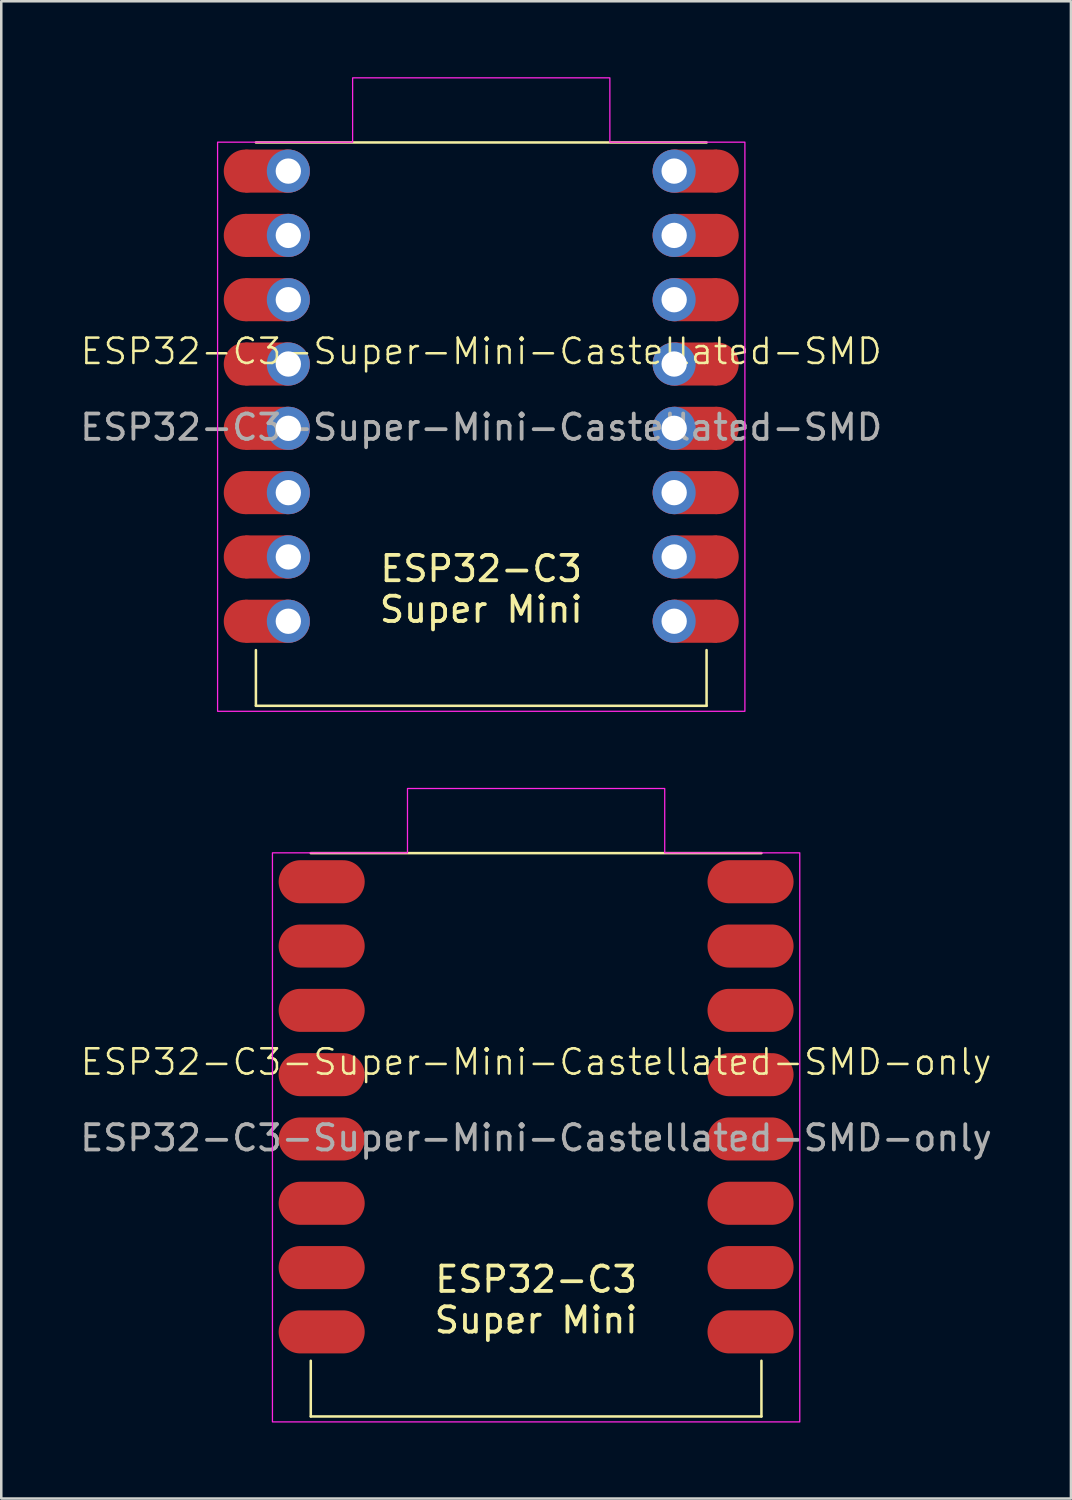
<source format=kicad_pcb>
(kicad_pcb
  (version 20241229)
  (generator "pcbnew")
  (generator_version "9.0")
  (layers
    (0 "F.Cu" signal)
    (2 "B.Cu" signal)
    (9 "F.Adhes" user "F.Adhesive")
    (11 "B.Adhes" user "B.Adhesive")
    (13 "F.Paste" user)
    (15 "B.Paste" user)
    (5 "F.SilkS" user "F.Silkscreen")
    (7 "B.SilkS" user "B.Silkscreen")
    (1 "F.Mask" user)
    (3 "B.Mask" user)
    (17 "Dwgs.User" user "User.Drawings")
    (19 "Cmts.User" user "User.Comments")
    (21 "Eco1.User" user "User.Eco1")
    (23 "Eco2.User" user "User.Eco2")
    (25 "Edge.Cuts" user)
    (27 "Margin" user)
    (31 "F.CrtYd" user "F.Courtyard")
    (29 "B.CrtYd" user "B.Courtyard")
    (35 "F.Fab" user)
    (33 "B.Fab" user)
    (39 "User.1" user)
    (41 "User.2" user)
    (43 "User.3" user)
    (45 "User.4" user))
  (footprint "ESP32-C3-Super-Mini-Castellated-SMD-only"
    (layer "F.Cu")
    (at 18.125 39.397)
    (property "Reference" "ESP32-C3-Super-Mini-Castellated-SMD-only" (at 0 -0.5 0) (unlocked yes) (layer "F.SilkS") (effects (font (size 1 1) (thickness 0.1))))
    (attr smd)
    (fp_line (start -8.9 -8.75) (end 8.9 -8.75) (stroke (width 0.1) (type default)) (layer "F.SilkS"))
    (fp_line (start -8.9 13.5) (end -8.9 11.3) (stroke (width 0.1) (type default)) (layer "F.SilkS"))
    (fp_line (start -8.9 13.5) (end 8.9 13.5) (stroke (width 0.1) (type default)) (layer "F.SilkS"))
    (fp_line (start 8.9 13.5) (end 8.9 11.3) (stroke (width 0.1) (type default)) (layer "F.SilkS"))
    (fp_poly (pts (xy -10.414 -8.763) (xy -5.08 -8.763) (xy -5.08 -11.303) (xy 5.08 -11.303) (xy 5.08 -8.763) (xy 10.414 -8.763) (xy 10.414 13.716) (xy -10.414 13.716)) (stroke (width 0.05) (type solid)) (fill no) (layer "F.CrtYd"))
    (fp_text user "${REFERENCE}" (at 0 2.5 0) (unlocked yes) (layer "F.Fab") (effects (font (size 1 1) (thickness 0.15))))
    (fp_text_box "ESP32-C3\nSuper Mini" (start -4.875 6.75) (end 4.875 9.75) (margins 0.75 0.75 0.75 0.75) (layer "F.SilkS") (effects (font (size 1 1) (thickness 0.15)) (justify top)) (border no) (stroke (width 0) (type solid)))
    (pad "0" smd oval (at 7.62 10.16 180) (size 3.4 1.7) (drill (offset -0.85 0)) (layers "F.Cu" "F.Mask"))
    (pad "1" smd oval (at 7.62 7.62 180) (size 3.4 1.7) (drill (offset -0.85 0)) (layers "F.Cu" "F.Mask"))
    (pad "2" smd oval (at 7.62 5.08 180) (size 3.4 1.7) (drill (offset -0.85 0)) (layers "F.Cu" "F.Mask"))
    (pad "3" smd oval (at 7.62 2.54 180) (size 3.4 1.7) (drill (offset -0.85 0)) (layers "F.Cu" "F.Mask"))
    (pad "3V3" smd oval (at 7.62 -2.54 180) (size 3.4 1.7) (drill (offset -0.85 0)) (layers "F.Cu" "F.Mask"))
    (pad "4" smd oval (at 7.62 0 180) (size 3.4 1.7) (drill (offset -0.85 0)) (layers "F.Cu" "F.Mask"))
    (pad "5" smd oval (at -7.62 -7.62 180) (size 3.4 1.7) (drill (offset 0.85 0)) (layers "F.Cu" "F.Mask"))
    (pad "5V" smd oval (at 7.62 -7.62 180) (size 3.4 1.7) (drill (offset -0.85 0)) (layers "F.Cu" "F.Mask"))
    (pad "6" smd oval (at -7.62 -5.08 180) (size 3.4 1.7) (drill (offset 0.85 0)) (layers "F.Cu" "F.Mask"))
    (pad "7" smd oval (at -7.62 -2.54 180) (size 3.4 1.7) (drill (offset 0.85 0)) (layers "F.Cu" "F.Mask"))
    (pad "8" smd oval (at -7.62 0 180) (size 3.4 1.7) (drill (offset 0.85 0)) (layers "F.Cu" "F.Mask"))
    (pad "9" smd oval (at -7.62 2.54 180) (size 3.4 1.7) (drill (offset 0.85 0)) (layers "F.Cu" "F.Mask"))
    (pad "10" smd oval (at -7.62 5.08 180) (size 3.4 1.7) (drill (offset 0.85 0)) (layers "F.Cu" "F.Mask"))
    (pad "20" smd oval (at -7.62 7.62 180) (size 3.4 1.7) (drill (offset 0.85 0)) (layers "F.Cu" "F.Mask"))
    (pad "21" smd oval (at -7.62 10.16 180) (size 3.4 1.7) (drill (offset 0.85 0)) (layers "F.Cu" "F.Mask"))
    (pad "G" smd oval (at 7.62 -5.08 180) (size 3.4 1.7) (drill (offset -0.85 0)) (layers "F.Cu" "F.Mask"))
    (zone (net_name "") (layers "F.Cu" "F.SilkS" "F.CrtYd") (hatch full 0.5) (connect_pads) (min_thickness 0.25) (filled_areas_thickness no) (keepout (tracks allowed) (vias not_allowed) (pads not_allowed) (copperpour allowed) (footprints not_allowed)) (placement (enabled no)) (fill) (polygon (pts (xy 11.875 30.647) (xy 14.375 30.647) (xy 14.375 33.147) (xy 11.875 33.147))))
    (zone (net_name "") (layers "F.Cu" "F.SilkS" "F.CrtYd") (hatch full 0.5) (connect_pads) (min_thickness 0.25) (filled_areas_thickness no) (keepout (tracks allowed) (vias not_allowed) (pads not_allowed) (copperpour allowed) (footprints not_allowed)) (placement (enabled no)) (fill) (polygon (pts (xy 14.375 36.897) (xy 11.875 36.897) (xy 11.875 34.147) (xy 14.375 34.147))))
    (zone (net_name "") (layers "F.Cu" "F.SilkS" "F.CrtYd") (hatch full 0.5) (connect_pads) (min_thickness 0.25) (filled_areas_thickness no) (keepout (tracks allowed) (vias not_allowed) (pads not_allowed) (copperpour allowed) (footprints not_allowed)) (placement (enabled no)) (fill) (polygon (pts (xy 21.875 30.647) (xy 24.375 30.647) (xy 24.375 33.147) (xy 21.875 33.147))))
    (zone (net_name "") (layers "F.Cu" "F.SilkS" "F.CrtYd") (hatch full 0.5) (connect_pads) (min_thickness 0.25) (filled_areas_thickness no) (keepout (tracks allowed) (vias not_allowed) (pads not_allowed) (copperpour allowed) (footprints not_allowed)) (placement (enabled no)) (fill) (polygon (pts (xy 24.375 36.897) (xy 21.875 36.897) (xy 21.875 34.147) (xy 24.375 34.147)))))
  (footprint "ESP32-C3-Super-Mini-Castellated-SMD"
    (layer "F.Cu")
    (at 15.958 11.328)
    (property "Reference" "ESP32-C3-Super-Mini-Castellated-SMD" (at 0 -0.5 0) (unlocked yes) (layer "F.SilkS") (effects (font (size 1 1) (thickness 0.1))))
    (attr smd)
    (fp_rect (start -9.32 -8.47) (end -7.62 -6.77) (stroke (width 0) (type default)) (fill yes) (layer "F.Cu"))
    (fp_rect (start -9.32 -5.93) (end -7.62 -4.23) (stroke (width 0) (type default)) (fill yes) (layer "F.Cu"))
    (fp_rect (start -9.32 -3.39) (end -7.62 -1.69) (stroke (width 0) (type default)) (fill yes) (layer "F.Cu"))
    (fp_rect (start -9.32 -0.85) (end -7.62 0.85) (stroke (width 0) (type default)) (fill yes) (layer "F.Cu"))
    (fp_rect (start -9.32 1.69) (end -7.62 3.39) (stroke (width 0) (type default)) (fill yes) (layer "F.Cu"))
    (fp_rect (start -9.32 4.23) (end -7.62 5.93) (stroke (width 0) (type default)) (fill yes) (layer "F.Cu"))
    (fp_rect (start -9.32 6.77) (end -7.62 8.47) (stroke (width 0) (type default)) (fill yes) (layer "F.Cu"))
    (fp_rect (start -9.32 9.31) (end -7.62 11.01) (stroke (width 0) (type default)) (fill yes) (layer "F.Cu"))
    (fp_rect (start 7.62 -8.47) (end 9.32 -6.77) (stroke (width 0) (type default)) (fill yes) (layer "F.Cu"))
    (fp_rect (start 7.62 -5.93) (end 9.32 -4.23) (stroke (width 0) (type default)) (fill yes) (layer "F.Cu"))
    (fp_rect (start 7.62 -3.39) (end 9.32 -1.69) (stroke (width 0) (type default)) (fill yes) (layer "F.Cu"))
    (fp_rect (start 7.62 -0.85) (end 9.32 0.85) (stroke (width 0) (type default)) (fill yes) (layer "F.Cu"))
    (fp_rect (start 7.62 1.69) (end 9.32 3.39) (stroke (width 0) (type default)) (fill yes) (layer "F.Cu"))
    (fp_rect (start 7.62 4.23) (end 9.32 5.93) (stroke (width 0) (type default)) (fill yes) (layer "F.Cu"))
    (fp_rect (start 7.62 6.77) (end 9.32 8.47) (stroke (width 0) (type default)) (fill yes) (layer "F.Cu"))
    (fp_rect (start 7.62 9.31) (end 9.32 11.01) (stroke (width 0) (type default)) (fill yes) (layer "F.Cu"))
    (fp_circle (center -9.32 -7.62) (end -8.47 -7.62) (stroke (width 0) (type default)) (fill yes) (layer "F.Cu"))
    (fp_circle (center -9.32 -5.08) (end -8.47 -5.08) (stroke (width 0) (type default)) (fill yes) (layer "F.Cu"))
    (fp_circle (center -9.32 -2.54) (end -8.47 -2.54) (stroke (width 0) (type default)) (fill yes) (layer "F.Cu"))
    (fp_circle (center -9.32 0) (end -8.47 0) (stroke (width 0) (type default)) (fill yes) (layer "F.Cu"))
    (fp_circle (center -9.32 2.54) (end -8.47 2.54) (stroke (width 0) (type default)) (fill yes) (layer "F.Cu"))
    (fp_circle (center -9.32 5.08) (end -8.47 5.08) (stroke (width 0) (type default)) (fill yes) (layer "F.Cu"))
    (fp_circle (center -9.32 7.62) (end -8.47 7.62) (stroke (width 0) (type default)) (fill yes) (layer "F.Cu"))
    (fp_circle (center -9.32 10.16) (end -8.47 10.16) (stroke (width 0) (type default)) (fill yes) (layer "F.Cu"))
    (fp_circle (center -7.62 -7.62) (end -6.77 -7.62) (stroke (width 0) (type default)) (fill yes) (layer "F.Cu"))
    (fp_circle (center -7.62 -5.08) (end -6.77 -5.08) (stroke (width 0) (type default)) (fill yes) (layer "F.Cu"))
    (fp_circle (center -7.62 -2.54) (end -6.77 -2.54) (stroke (width 0) (type default)) (fill yes) (layer "F.Cu"))
    (fp_circle (center -7.62 0) (end -6.77 0) (stroke (width 0) (type default)) (fill yes) (layer "F.Cu"))
    (fp_circle (center -7.62 2.54) (end -6.77 2.54) (stroke (width 0) (type default)) (fill yes) (layer "F.Cu"))
    (fp_circle (center -7.62 5.08) (end -6.77 5.08) (stroke (width 0) (type default)) (fill yes) (layer "F.Cu"))
    (fp_circle (center -7.62 7.62) (end -6.77 7.62) (stroke (width 0) (type default)) (fill yes) (layer "F.Cu"))
    (fp_circle (center -7.62 10.16) (end -6.77 10.16) (stroke (width 0) (type default)) (fill yes) (layer "F.Cu"))
    (fp_circle (center 7.62 -7.62) (end 8.47 -7.62) (stroke (width 0) (type default)) (fill yes) (layer "F.Cu"))
    (fp_circle (center 7.62 -5.08) (end 8.47 -5.08) (stroke (width 0) (type default)) (fill yes) (layer "F.Cu"))
    (fp_circle (center 7.62 -2.54) (end 8.47 -2.54) (stroke (width 0) (type default)) (fill yes) (layer "F.Cu"))
    (fp_circle (center 7.62 0) (end 8.47 0) (stroke (width 0) (type default)) (fill yes) (layer "F.Cu"))
    (fp_circle (center 7.62 2.54) (end 8.47 2.54) (stroke (width 0) (type default)) (fill yes) (layer "F.Cu"))
    (fp_circle (center 7.62 5.08) (end 8.47 5.08) (stroke (width 0) (type default)) (fill yes) (layer "F.Cu"))
    (fp_circle (center 7.62 7.62) (end 8.47 7.62) (stroke (width 0) (type default)) (fill yes) (layer "F.Cu"))
    (fp_circle (center 7.62 10.16) (end 8.47 10.16) (stroke (width 0) (type default)) (fill yes) (layer "F.Cu"))
    (fp_circle (center 9.32 -7.62) (end 10.17 -7.62) (stroke (width 0) (type default)) (fill yes) (layer "F.Cu"))
    (fp_circle (center 9.32 -5.08) (end 10.17 -5.08) (stroke (width 0) (type default)) (fill yes) (layer "F.Cu"))
    (fp_circle (center 9.32 -2.54) (end 10.17 -2.54) (stroke (width 0) (type default)) (fill yes) (layer "F.Cu"))
    (fp_circle (center 9.32 0) (end 10.17 0) (stroke (width 0) (type default)) (fill yes) (layer "F.Cu"))
    (fp_circle (center 9.32 2.54) (end 10.17 2.54) (stroke (width 0) (type default)) (fill yes) (layer "F.Cu"))
    (fp_circle (center 9.32 5.08) (end 10.17 5.08) (stroke (width 0) (type default)) (fill yes) (layer "F.Cu"))
    (fp_circle (center 9.32 7.62) (end 10.17 7.62) (stroke (width 0) (type default)) (fill yes) (layer "F.Cu"))
    (fp_circle (center 9.32 10.16) (end 10.17 10.16) (stroke (width 0) (type default)) (fill yes) (layer "F.Cu"))
    (fp_rect (start -9.32 -8.47) (end -7.62 -6.77) (stroke (width 0) (type default)) (fill yes) (layer "F.Mask"))
    (fp_rect (start -9.32 -5.93) (end -7.62 -4.23) (stroke (width 0) (type default)) (fill yes) (layer "F.Mask"))
    (fp_rect (start -9.32 -3.39) (end -7.62 -1.69) (stroke (width 0) (type default)) (fill yes) (layer "F.Mask"))
    (fp_rect (start -9.32 -0.85) (end -7.62 0.85) (stroke (width 0) (type default)) (fill yes) (layer "F.Mask"))
    (fp_rect (start -9.32 1.69) (end -7.62 3.39) (stroke (width 0) (type default)) (fill yes) (layer "F.Mask"))
    (fp_rect (start -9.32 4.23) (end -7.62 5.93) (stroke (width 0) (type default)) (fill yes) (layer "F.Mask"))
    (fp_rect (start -9.32 6.77) (end -7.62 8.47) (stroke (width 0) (type default)) (fill yes) (layer "F.Mask"))
    (fp_rect (start -9.32 9.31) (end -7.62 11.01) (stroke (width 0) (type default)) (fill yes) (layer "F.Mask"))
    (fp_rect (start 7.62 -8.47) (end 9.32 -6.77) (stroke (width 0) (type default)) (fill yes) (layer "F.Mask"))
    (fp_rect (start 7.62 -5.93) (end 9.32 -4.23) (stroke (width 0) (type default)) (fill yes) (layer "F.Mask"))
    (fp_rect (start 7.62 -3.39) (end 9.32 -1.69) (stroke (width 0) (type default)) (fill yes) (layer "F.Mask"))
    (fp_rect (start 7.62 -0.85) (end 9.32 0.85) (stroke (width 0) (type default)) (fill yes) (layer "F.Mask"))
    (fp_rect (start 7.62 1.69) (end 9.32 3.39) (stroke (width 0) (type default)) (fill yes) (layer "F.Mask"))
    (fp_rect (start 7.62 4.23) (end 9.32 5.93) (stroke (width 0) (type default)) (fill yes) (layer "F.Mask"))
    (fp_rect (start 7.62 6.77) (end 9.32 8.47) (stroke (width 0) (type default)) (fill yes) (layer "F.Mask"))
    (fp_rect (start 7.62 9.31) (end 9.32 11.01) (stroke (width 0) (type default)) (fill yes) (layer "F.Mask"))
    (fp_circle (center -9.32 -7.62) (end -8.47 -7.62) (stroke (width 0) (type default)) (fill yes) (layer "F.Mask"))
    (fp_circle (center -9.32 -5.08) (end -8.47 -5.08) (stroke (width 0) (type default)) (fill yes) (layer "F.Mask"))
    (fp_circle (center -9.32 -2.54) (end -8.47 -2.54) (stroke (width 0) (type default)) (fill yes) (layer "F.Mask"))
    (fp_circle (center -9.32 0) (end -8.47 0) (stroke (width 0) (type default)) (fill yes) (layer "F.Mask"))
    (fp_circle (center -9.32 2.54) (end -8.47 2.54) (stroke (width 0) (type default)) (fill yes) (layer "F.Mask"))
    (fp_circle (center -9.32 5.08) (end -8.47 5.08) (stroke (width 0) (type default)) (fill yes) (layer "F.Mask"))
    (fp_circle (center -9.32 7.62) (end -8.47 7.62) (stroke (width 0) (type default)) (fill yes) (layer "F.Mask"))
    (fp_circle (center -9.32 10.16) (end -8.47 10.16) (stroke (width 0) (type default)) (fill yes) (layer "F.Mask"))
    (fp_circle (center -7.62 -7.62) (end -6.77 -7.62) (stroke (width 0) (type default)) (fill yes) (layer "F.Mask"))
    (fp_circle (center -7.62 -5.08) (end -6.77 -5.08) (stroke (width 0) (type default)) (fill yes) (layer "F.Mask"))
    (fp_circle (center -7.62 -2.54) (end -6.77 -2.54) (stroke (width 0) (type default)) (fill yes) (layer "F.Mask"))
    (fp_circle (center -7.62 0) (end -6.77 0) (stroke (width 0) (type default)) (fill yes) (layer "F.Mask"))
    (fp_circle (center -7.62 2.54) (end -6.77 2.54) (stroke (width 0) (type default)) (fill yes) (layer "F.Mask"))
    (fp_circle (center -7.62 5.08) (end -6.77 5.08) (stroke (width 0) (type default)) (fill yes) (layer "F.Mask"))
    (fp_circle (center -7.62 7.62) (end -6.77 7.62) (stroke (width 0) (type default)) (fill yes) (layer "F.Mask"))
    (fp_circle (center -7.62 10.16) (end -6.77 10.16) (stroke (width 0) (type default)) (fill yes) (layer "F.Mask"))
    (fp_circle (center 7.62 -7.62) (end 8.47 -7.62) (stroke (width 0) (type default)) (fill yes) (layer "F.Mask"))
    (fp_circle (center 7.62 -5.08) (end 8.47 -5.08) (stroke (width 0) (type default)) (fill yes) (layer "F.Mask"))
    (fp_circle (center 7.62 -2.54) (end 8.47 -2.54) (stroke (width 0) (type default)) (fill yes) (layer "F.Mask"))
    (fp_circle (center 7.62 0) (end 8.47 0) (stroke (width 0) (type default)) (fill yes) (layer "F.Mask"))
    (fp_circle (center 7.62 2.54) (end 8.47 2.54) (stroke (width 0) (type default)) (fill yes) (layer "F.Mask"))
    (fp_circle (center 7.62 5.08) (end 8.47 5.08) (stroke (width 0) (type default)) (fill yes) (layer "F.Mask"))
    (fp_circle (center 7.62 7.62) (end 8.47 7.62) (stroke (width 0) (type default)) (fill yes) (layer "F.Mask"))
    (fp_circle (center 7.62 10.16) (end 8.47 10.16) (stroke (width 0) (type default)) (fill yes) (layer "F.Mask"))
    (fp_circle (center 9.32 -7.62) (end 10.17 -7.62) (stroke (width 0) (type default)) (fill yes) (layer "F.Mask"))
    (fp_circle (center 9.32 -5.08) (end 10.17 -5.08) (stroke (width 0) (type default)) (fill yes) (layer "F.Mask"))
    (fp_circle (center 9.32 -2.54) (end 10.17 -2.54) (stroke (width 0) (type default)) (fill yes) (layer "F.Mask"))
    (fp_circle (center 9.32 0) (end 10.17 0) (stroke (width 0) (type default)) (fill yes) (layer "F.Mask"))
    (fp_circle (center 9.32 2.54) (end 10.17 2.54) (stroke (width 0) (type default)) (fill yes) (layer "F.Mask"))
    (fp_circle (center 9.32 5.08) (end 10.17 5.08) (stroke (width 0) (type default)) (fill yes) (layer "F.Mask"))
    (fp_circle (center 9.32 7.62) (end 10.17 7.62) (stroke (width 0) (type default)) (fill yes) (layer "F.Mask"))
    (fp_circle (center 9.32 10.16) (end 10.17 10.16) (stroke (width 0) (type default)) (fill yes) (layer "F.Mask"))
    (fp_line (start -8.9 -8.75) (end 8.9 -8.75) (stroke (width 0.1) (type default)) (layer "F.SilkS"))
    (fp_line (start -8.9 13.5) (end -8.9 11.3) (stroke (width 0.1) (type default)) (layer "F.SilkS"))
    (fp_line (start -8.9 13.5) (end 8.9 13.5) (stroke (width 0.1) (type default)) (layer "F.SilkS"))
    (fp_line (start 8.9 13.5) (end 8.9 11.3) (stroke (width 0.1) (type default)) (layer "F.SilkS"))
    (fp_poly (pts (xy -10.414 -8.763) (xy -5.08 -8.763) (xy -5.08 -11.303) (xy 5.08 -11.303) (xy 5.08 -8.763) (xy 10.414 -8.763) (xy 10.414 13.716) (xy -10.414 13.716)) (stroke (width 0.05) (type solid)) (fill no) (layer "F.CrtYd"))
    (fp_text user "${REFERENCE}" (at 0 2.5 0) (unlocked yes) (layer "F.Fab") (effects (font (size 1 1) (thickness 0.15))))
    (fp_text_box "ESP32-C3\nSuper Mini" (start -4.875 6.75) (end 4.875 9.75) (margins 0.75 0.75 0.75 0.75) (layer "F.SilkS") (effects (font (size 1 1) (thickness 0.15)) (justify top)) (border no) (stroke (width 0) (type solid)))
    (pad "0" thru_hole oval (at 7.62 10.16) (size 1.7 1.7) (drill 1) (layers "*.Cu" "*.Mask"))
    (pad "1" thru_hole oval (at 7.62 7.62) (size 1.7 1.7) (drill 1) (layers "*.Cu" "*.Mask"))
    (pad "2" thru_hole oval (at 7.62 5.08) (size 1.7 1.7) (drill 1) (layers "*.Cu" "*.Mask"))
    (pad "3" thru_hole oval (at 7.62 2.54) (size 1.7 1.7) (drill 1) (layers "*.Cu" "*.Mask"))
    (pad "3V3" thru_hole oval (at 7.62 -2.54) (size 1.7 1.7) (drill 1) (layers "*.Cu" "*.Mask"))
    (pad "4" thru_hole oval (at 7.62 0) (size 1.7 1.7) (drill 1) (layers "*.Cu" "*.Mask"))
    (pad "5" thru_hole oval (at -7.62 -7.62) (size 1.7 1.7) (drill 1) (layers "*.Cu" "*.Mask"))
    (pad "5V" thru_hole oval (at 7.62 -7.62) (size 1.7 1.7) (drill 1) (layers "*.Cu" "*.Mask"))
    (pad "6" thru_hole oval (at -7.62 -5.08) (size 1.7 1.7) (drill 1) (layers "*.Cu" "*.Mask"))
    (pad "7" thru_hole oval (at -7.62 -2.54) (size 1.7 1.7) (drill 1) (layers "*.Cu" "*.Mask"))
    (pad "8" thru_hole oval (at -7.62 0) (size 1.7 1.7) (drill 1) (layers "*.Cu" "*.Mask"))
    (pad "9" thru_hole oval (at -7.62 2.54) (size 1.7 1.7) (drill 1) (layers "*.Cu" "*.Mask"))
    (pad "10" thru_hole oval (at -7.62 5.08) (size 1.7 1.7) (drill 1) (layers "*.Cu" "*.Mask"))
    (pad "20" thru_hole oval (at -7.62 7.62) (size 1.7 1.7) (drill 1) (layers "*.Cu" "*.Mask"))
    (pad "21" thru_hole oval (at -7.62 10.16) (size 1.7 1.7) (drill 1) (layers "*.Cu" "*.Mask"))
    (pad "G" thru_hole oval (at 7.62 -5.08) (size 1.7 1.7) (drill 1) (layers "*.Cu" "*.Mask"))
    (zone (net_name "") (layers "F.Cu" "F.SilkS" "F.CrtYd") (hatch full 0.5) (connect_pads) (min_thickness 0.25) (filled_areas_thickness no) (keepout (tracks allowed) (vias not_allowed) (pads not_allowed) (copperpour allowed) (footprints not_allowed)) (placement (enabled no)) (fill) (polygon (pts (xy 9.708 2.578) (xy 12.208 2.578) (xy 12.208 5.078) (xy 9.708 5.078))))
    (zone (net_name "") (layers "F.Cu" "F.SilkS" "F.CrtYd") (hatch full 0.5) (connect_pads) (min_thickness 0.25) (filled_areas_thickness no) (keepout (tracks allowed) (vias not_allowed) (pads not_allowed) (copperpour allowed) (footprints not_allowed)) (placement (enabled no)) (fill) (polygon (pts (xy 12.208 8.828) (xy 9.708 8.828) (xy 9.708 6.078) (xy 12.208 6.078))))
    (zone (net_name "") (layers "F.Cu" "F.SilkS" "F.CrtYd") (hatch full 0.5) (connect_pads) (min_thickness 0.25) (filled_areas_thickness no) (keepout (tracks allowed) (vias not_allowed) (pads not_allowed) (copperpour allowed) (footprints not_allowed)) (placement (enabled no)) (fill) (polygon (pts (xy 19.708 2.578) (xy 22.208 2.578) (xy 22.208 5.078) (xy 19.708 5.078))))
    (zone (net_name "") (layers "F.Cu" "F.SilkS" "F.CrtYd") (hatch full 0.5) (connect_pads) (min_thickness 0.25) (filled_areas_thickness no) (keepout (tracks allowed) (vias not_allowed) (pads not_allowed) (copperpour allowed) (footprints not_allowed)) (placement (enabled no)) (fill) (polygon (pts (xy 22.208 8.828) (xy 19.708 8.828) (xy 19.708 6.078) (xy 22.208 6.078)))))
  (gr_rect
    (start -3 -3)
    (end 39.25 56.138)
    (stroke (width 0.1) (type default))
    (fill no)
    (layer "Edge.Cuts")))
</source>
